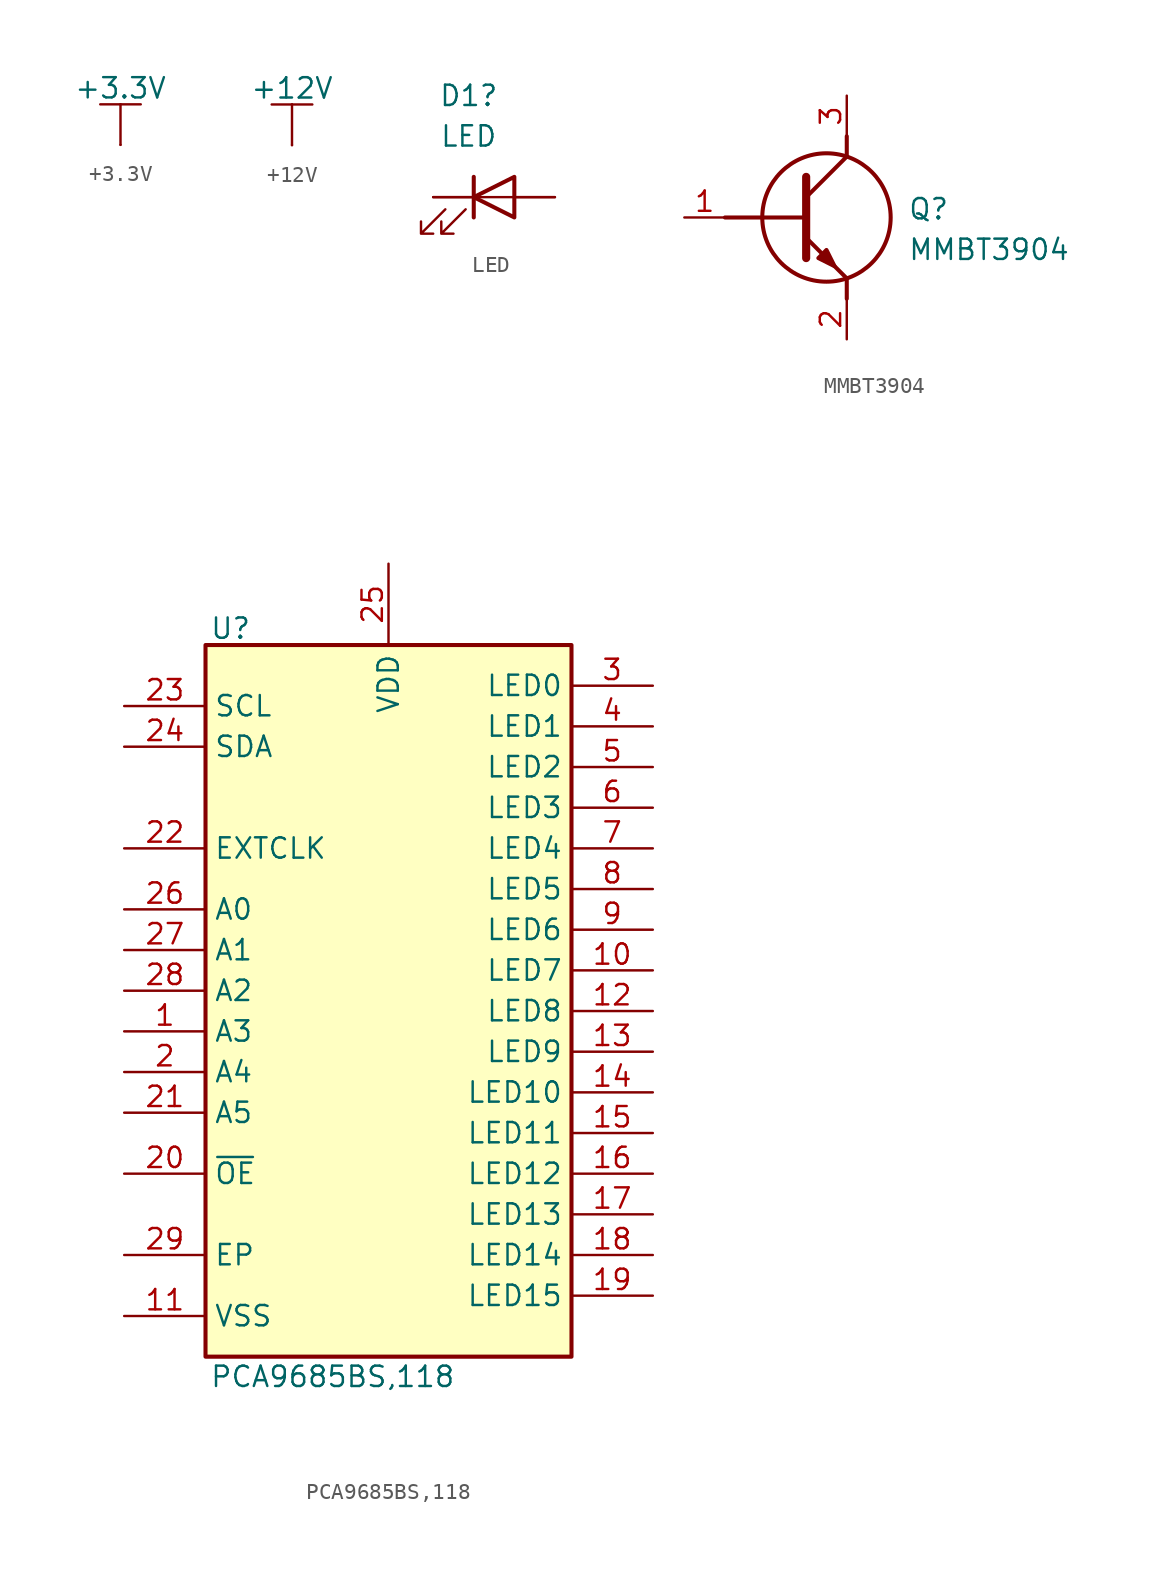
<source format=kicad_sym>
(kicad_symbol_lib
  (version 20241209)
  (generator "kicad_symbol_editor")
  (generator_version "9.0")
  (symbol "+3.3V"
    (power)
    (pin_numbers
      (hide yes))
    (pin_names
      (offset 0)
      (hide yes))
    (property "Reference" "#PWR"
      (at 0 -3.81 0)
      (effects (font (size 1.27 1.27)) (hide yes)))
    (property "Value" "+3.3V"
      (at 0 3.556 0)
      (effects (font (size 1.27 1.27))))
    (symbol "+3.3V_0_1"
      (polyline (pts (xy -1.27 2.54) (xy 0 2.54)) (stroke (width 0) (type default)) (fill (type none)))
      (polyline (pts (xy 0 2.54) (xy 1.27 2.54)) (stroke (width 0) (type default)) (fill (type none)))
      (polyline (pts (xy 0 0) (xy 0 2.54)) (stroke (width 0) (type default)) (fill (type none))))
    (symbol "+3.3V_1_1"
      (pin power_in line (at 0 0 90) (length 0) (name "~" (effects (font (size 1.27 1.27)))) (number "1" (effects (font (size 1.27 1.27)))))))
  (symbol "+12V"
    (power)
    (pin_numbers
      (hide yes))
    (pin_names
      (offset 0)
      (hide yes))
    (property "Reference" "#PWR"
      (at 0 -3.81 0)
      (effects (font (size 1.27 1.27)) (hide yes)))
    (property "Value" "+12V"
      (at 0 3.556 0)
      (effects (font (size 1.27 1.27))))
    (symbol "+12V_0_1"
      (polyline (pts (xy -1.27 2.54) (xy 0 2.54)) (stroke (width 0) (type default)) (fill (type none)))
      (polyline (pts (xy 0 2.54) (xy 1.27 2.54)) (stroke (width 0) (type default)) (fill (type none)))
      (polyline (pts (xy 0 0) (xy 0 2.54)) (stroke (width 0) (type default)) (fill (type none))))
    (symbol "+12V_1_1"
      (pin power_in line (at 0 0 90) (length 0) (name "~" (effects (font (size 1.27 1.27)))) (number "1" (effects (font (size 1.27 1.27)))))))
  (symbol "LED"
    (pin_numbers
      (hide yes))
    (pin_names
      (offset 1.016)
      (hide yes))
    (property "Reference" "D1"
      (at -1.587 6.35 0)
      (effects (font (size 1.27 1.27))))
    (property "Value" "LED"
      (at -1.587 3.81 0)
      (effects (font (size 1.27 1.27))))
    (symbol "LED_0_1"
      (polyline (pts (xy -3.048 -0.762) (xy -4.572 -2.286) (xy -3.81 -2.286) (xy -4.572 -2.286) (xy -4.572 -1.524)) (stroke (width 0) (type default)) (fill (type none)))
      (polyline (pts (xy -1.778 -0.762) (xy -3.302 -2.286) (xy -2.54 -2.286) (xy -3.302 -2.286) (xy -3.302 -1.524)) (stroke (width 0) (type default)) (fill (type none)))
      (polyline (pts (xy -1.27 0) (xy 1.27 0)) (stroke (width 0) (type default)) (fill (type none)))
      (polyline (pts (xy -1.27 -1.27) (xy -1.27 1.27)) (stroke (width 0.254) (type default)) (fill (type none)))
      (polyline (pts (xy 1.27 -1.27) (xy 1.27 1.27) (xy -1.27 0) (xy 1.27 -1.27)) (stroke (width 0.254) (type default)) (fill (type none))))
    (symbol "LED_1_1"
      (pin passive line (at -3.81 0 0) (length 2.54) (name "K" (effects (font (size 1.27 1.27)))) (number "1" (effects (font (size 1.27 1.27)))))
      (pin passive line (at -3.81 0 0) (length 2.54) (name "K" (effects (font (size 1.27 1.27)))) (number "2" (effects (font (size 1.27 1.27)))))
      (pin passive line (at 3.81 0 180) (length 2.54) (name "A" (effects (font (size 1.27 1.27)))) (number "3" (effects (font (size 1.27 1.27)))))
      (pin passive line (at 3.81 0 180) (length 2.54) (name "A" (effects (font (size 1.27 1.27)))) (number "4" (effects (font (size 1.27 1.27)))))))
  (symbol "MMBT3904"
    (pin_names
      (hide yes))
    (property "Reference" "Q"
      (at 13.97 1.27 0)
      (effects (font (size 1.27 1.27)) (justify left top)))
    (property "Value" "MMBT3904"
      (at 13.97 -1.27 0)
      (effects (font (size 1.27 1.27)) (justify left top)))
    (symbol "MMBT3904_1_1"
      (polyline (pts (xy 2.54 0) (xy 7.62 0)) (stroke (width 0.254) (type default)) (fill (type none)))
      (polyline (pts (xy 7.62 2.54) (xy 7.62 -2.54)) (stroke (width 0.508) (type default)) (fill (type none)))
      (polyline (pts (xy 7.62 1.27) (xy 10.16 3.81)) (stroke (width 0.254) (type default)) (fill (type none)))
      (polyline (pts (xy 7.62 -1.27) (xy 10.16 -3.81)) (stroke (width 0.254) (type default)) (fill (type none)))
      (polyline (pts (xy 8.382 -2.54) (xy 8.89 -2.032) (xy 9.398 -3.048) (xy 8.382 -2.54)) (stroke (width 0.254) (type default)) (fill (type outline)))
      (circle (center 8.89 0) (radius 4.016) (stroke (width 0.254) (type default)) (fill (type none)))
      (polyline (pts (xy 10.16 3.81) (xy 10.16 5.08)) (stroke (width 0.254) (type default)) (fill (type none)))
      (polyline (pts (xy 10.16 -3.81) (xy 10.16 -5.08)) (stroke (width 0.254) (type default)) (fill (type none)))
      (pin passive line (at 0 0 0) (length 2.54) (name "B" (effects (font (size 1.27 1.27)))) (number "1" (effects (font (size 1.27 1.27)))))
      (pin passive line (at 10.16 7.62 270) (length 2.54) (name "C" (effects (font (size 1.27 1.27)))) (number "3" (effects (font (size 1.27 1.27)))))
      (pin passive line (at 10.16 -7.62 90) (length 2.54) (name "E" (effects (font (size 1.27 1.27)))) (number "2" (effects (font (size 1.27 1.27)))))))
  (symbol "PCA9685BS,118"
    (property "Reference" "U"
      (at 5.334 15.748 0)
      (effects (font (size 1.27 1.27)) (justify left top)))
    (property "Value" "PCA9685BS,118"
      (at 5.334 -30.988 0)
      (effects (font (size 1.27 1.27)) (justify left top)))
    (symbol "PCA9685BS,118_1_1"
      (rectangle (start 5.08 13.97) (end 27.94 -30.48) (stroke (width 0.254) (type default)) (fill (type background)))
      (pin passive line (at 0 10.16 0) (length 5.08) (name "SCL" (effects (font (size 1.27 1.27)))) (number "23" (effects (font (size 1.27 1.27)))))
      (pin passive line (at 0 7.62 0) (length 5.08) (name "SDA" (effects (font (size 1.27 1.27)))) (number "24" (effects (font (size 1.27 1.27)))))
      (pin passive line (at 0 1.27 0) (length 5.08) (name "EXTCLK" (effects (font (size 1.27 1.27)))) (number "22" (effects (font (size 1.27 1.27)))))
      (pin passive line (at 0 -2.54 0) (length 5.08) (name "A0" (effects (font (size 1.27 1.27)))) (number "26" (effects (font (size 1.27 1.27)))))
      (pin passive line (at 0 -5.08 0) (length 5.08) (name "A1" (effects (font (size 1.27 1.27)))) (number "27" (effects (font (size 1.27 1.27)))))
      (pin passive line (at 0 -7.62 0) (length 5.08) (name "A2" (effects (font (size 1.27 1.27)))) (number "28" (effects (font (size 1.27 1.27)))))
      (pin passive line (at 0 -10.16 0) (length 5.08) (name "A3" (effects (font (size 1.27 1.27)))) (number "1" (effects (font (size 1.27 1.27)))))
      (pin passive line (at 0 -12.7 0) (length 5.08) (name "A4" (effects (font (size 1.27 1.27)))) (number "2" (effects (font (size 1.27 1.27)))))
      (pin passive line (at 0 -15.24 0) (length 5.08) (name "A5" (effects (font (size 1.27 1.27)))) (number "21" (effects (font (size 1.27 1.27)))))
      (pin passive line (at 0 -19.05 0) (length 5.08) (name "~{OE}" (effects (font (size 1.27 1.27)))) (number "20" (effects (font (size 1.27 1.27)))))
      (pin passive line (at 0 -24.13 0) (length 5.08) (name "EP" (effects (font (size 1.27 1.27)))) (number "29" (effects (font (size 1.27 1.27)))))
      (pin passive line (at 0 -27.94 0) (length 5.08) (name "VSS" (effects (font (size 1.27 1.27)))) (number "11" (effects (font (size 1.27 1.27)))))
      (pin passive line (at 16.51 19.05 270) (length 5.08) (name "VDD" (effects (font (size 1.27 1.27)))) (number "25" (effects (font (size 1.27 1.27)))))
      (pin passive line (at 33.02 11.43 180) (length 5.08) (name "LED0" (effects (font (size 1.27 1.27)))) (number "3" (effects (font (size 1.27 1.27)))))
      (pin passive line (at 33.02 8.89 180) (length 5.08) (name "LED1" (effects (font (size 1.27 1.27)))) (number "4" (effects (font (size 1.27 1.27)))))
      (pin passive line (at 33.02 6.35 180) (length 5.08) (name "LED2" (effects (font (size 1.27 1.27)))) (number "5" (effects (font (size 1.27 1.27)))))
      (pin passive line (at 33.02 3.81 180) (length 5.08) (name "LED3" (effects (font (size 1.27 1.27)))) (number "6" (effects (font (size 1.27 1.27)))))
      (pin passive line (at 33.02 1.27 180) (length 5.08) (name "LED4" (effects (font (size 1.27 1.27)))) (number "7" (effects (font (size 1.27 1.27)))))
      (pin passive line (at 33.02 -1.27 180) (length 5.08) (name "LED5" (effects (font (size 1.27 1.27)))) (number "8" (effects (font (size 1.27 1.27)))))
      (pin passive line (at 33.02 -3.81 180) (length 5.08) (name "LED6" (effects (font (size 1.27 1.27)))) (number "9" (effects (font (size 1.27 1.27)))))
      (pin passive line (at 33.02 -6.35 180) (length 5.08) (name "LED7" (effects (font (size 1.27 1.27)))) (number "10" (effects (font (size 1.27 1.27)))))
      (pin passive line (at 33.02 -8.89 180) (length 5.08) (name "LED8" (effects (font (size 1.27 1.27)))) (number "12" (effects (font (size 1.27 1.27)))))
      (pin passive line (at 33.02 -11.43 180) (length 5.08) (name "LED9" (effects (font (size 1.27 1.27)))) (number "13" (effects (font (size 1.27 1.27)))))
      (pin passive line (at 33.02 -13.97 180) (length 5.08) (name "LED10" (effects (font (size 1.27 1.27)))) (number "14" (effects (font (size 1.27 1.27)))))
      (pin passive line (at 33.02 -16.51 180) (length 5.08) (name "LED11" (effects (font (size 1.27 1.27)))) (number "15" (effects (font (size 1.27 1.27)))))
      (pin passive line (at 33.02 -19.05 180) (length 5.08) (name "LED12" (effects (font (size 1.27 1.27)))) (number "16" (effects (font (size 1.27 1.27)))))
      (pin passive line (at 33.02 -21.59 180) (length 5.08) (name "LED13" (effects (font (size 1.27 1.27)))) (number "17" (effects (font (size 1.27 1.27)))))
      (pin passive line (at 33.02 -24.13 180) (length 5.08) (name "LED14" (effects (font (size 1.27 1.27)))) (number "18" (effects (font (size 1.27 1.27)))))
      (pin passive line (at 33.02 -26.67 180) (length 5.08) (name "LED15" (effects (font (size 1.27 1.27)))) (number "19" (effects (font (size 1.27 1.27))))))))
</source>
